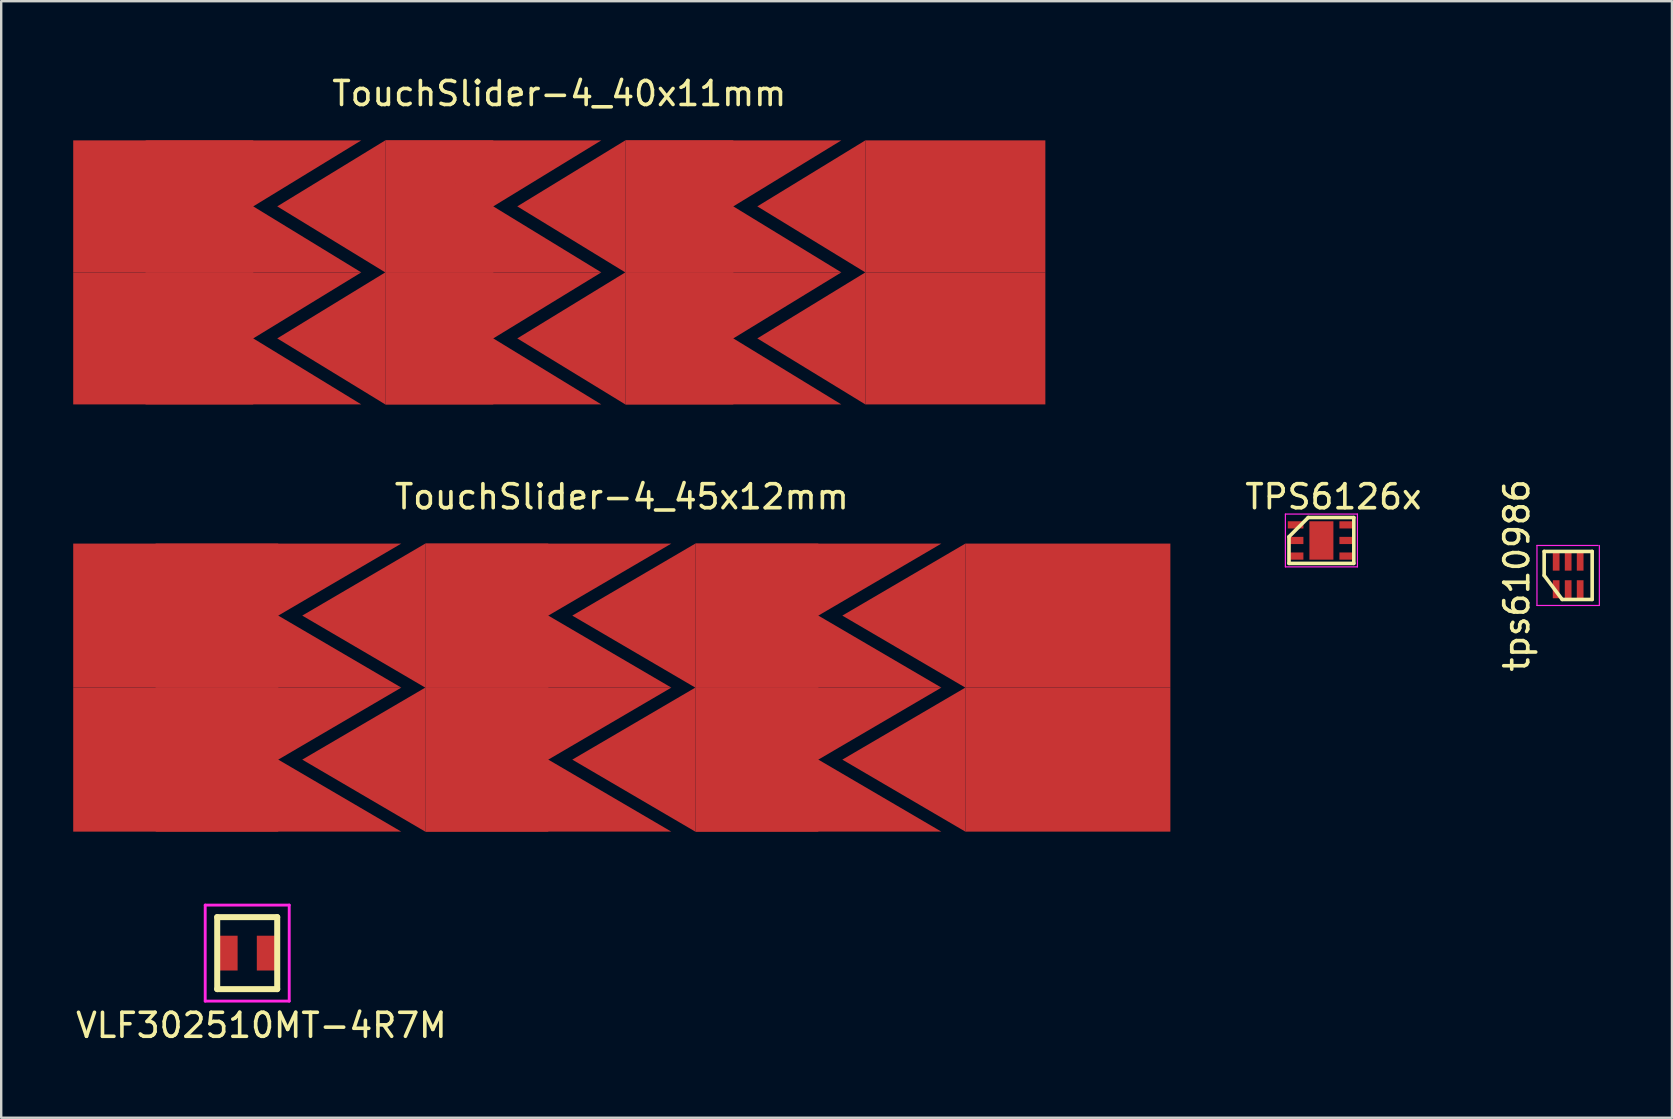
<source format=kicad_pcb>
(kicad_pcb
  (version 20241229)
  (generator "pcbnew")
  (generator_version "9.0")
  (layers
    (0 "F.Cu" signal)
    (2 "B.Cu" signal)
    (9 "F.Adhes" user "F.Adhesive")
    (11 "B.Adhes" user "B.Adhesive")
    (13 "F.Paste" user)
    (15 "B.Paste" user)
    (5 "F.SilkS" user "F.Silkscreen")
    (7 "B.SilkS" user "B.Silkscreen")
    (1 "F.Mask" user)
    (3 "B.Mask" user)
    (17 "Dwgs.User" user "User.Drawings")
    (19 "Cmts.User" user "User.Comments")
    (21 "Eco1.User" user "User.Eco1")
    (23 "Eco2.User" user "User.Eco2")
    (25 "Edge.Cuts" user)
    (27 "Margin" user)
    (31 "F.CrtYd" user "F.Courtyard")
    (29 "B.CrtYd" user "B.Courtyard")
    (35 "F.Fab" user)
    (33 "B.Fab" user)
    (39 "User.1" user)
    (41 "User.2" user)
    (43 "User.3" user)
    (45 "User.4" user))
  (footprint "VLF302510MT-4R7M"
    (layer "F.Cu")
    (at 7.249 36.657)
    (property "Reference" "VLF302510MT-4R7M" (at 0.59 3.01 0) (layer "F.SilkS") (effects (font (size 1 1) (thickness 0.15))))
    (attr through_hole)
    (fp_line (start -1.25 -1.5) (end -1.25 1.5) (stroke (width 0.25) (type solid)) (layer "F.SilkS"))
    (fp_line (start -1.25 -1.5) (end 1.25 -1.5) (stroke (width 0.25) (type solid)) (layer "F.SilkS"))
    (fp_line (start -1.25 1.5) (end 1.25 1.5) (stroke (width 0.25) (type solid)) (layer "F.SilkS"))
    (fp_line (start 1.25 -1.5) (end 1.25 1.5) (stroke (width 0.25) (type solid)) (layer "F.SilkS"))
    (fp_line (start -1.75 -2) (end 1.75 -2) (stroke (width 0.12) (type solid)) (layer "F.CrtYd"))
    (fp_line (start -1.75 2) (end -1.75 -2) (stroke (width 0.12) (type solid)) (layer "F.CrtYd"))
    (fp_line (start 1.75 -2) (end 1.75 2) (stroke (width 0.12) (type solid)) (layer "F.CrtYd"))
    (fp_line (start 1.75 2) (end -1.75 2) (stroke (width 0.12) (type solid)) (layer "F.CrtYd"))
    (pad "1" smd rect (at -0.85 0) (size 0.9 1.45) (layers "F.Cu" "F.Mask" "F.Paste"))
    (pad "2" smd rect (at 0.85 0) (size 0.9 1.45) (layers "F.Cu" "F.Mask" "F.Paste")))
  (footprint "TPS6126x"
    (layer "F.Cu")
    (at 51.965 19.466)
    (property "Reference" "TPS6126x" (at 0.535 -1.82 0) (layer "F.SilkS") (effects (font (size 1 1) (thickness 0.15))))
    (attr smd)
    (fp_line (start -1.315 -0.155) (end -0.515 -0.955) (stroke (width 0.15) (type solid)) (layer "F.SilkS"))
    (fp_line (start -1.315 0.955) (end -1.315 -0.155) (stroke (width 0.15) (type solid)) (layer "F.SilkS"))
    (fp_line (start -0.515 -0.955) (end 1.385 -0.955) (stroke (width 0.15) (type solid)) (layer "F.SilkS"))
    (fp_line (start 1.385 -0.955) (end 1.385 0.955) (stroke (width 0.15) (type solid)) (layer "F.SilkS"))
    (fp_line (start 1.385 0.955) (end -1.315 0.955) (stroke (width 0.15) (type solid)) (layer "F.SilkS"))
    (fp_line (start -1.465 -1.1) (end 1.535 -1.1) (stroke (width 0.05) (type solid)) (layer "F.CrtYd"))
    (fp_line (start -1.465 1.1) (end -1.465 -1.1) (stroke (width 0.05) (type solid)) (layer "F.CrtYd"))
    (fp_line (start 1.535 -1.1) (end 1.535 1.1) (stroke (width 0.05) (type solid)) (layer "F.CrtYd"))
    (fp_line (start 1.535 1.1) (end -1.465 1.1) (stroke (width 0.05) (type solid)) (layer "F.CrtYd"))
    (pad "0" smd rect (at 0.035 0) (size 1 1.6) (layers "F.Cu" "F.Mask" "F.Paste"))
    (pad "1" smd rect (at -1.04 -0.65 270) (size 0.3 0.65) (layers "F.Cu" "F.Mask" "F.Paste"))
    (pad "2" smd rect (at -1.04 0 270) (size 0.3 0.65) (layers "F.Cu" "F.Mask" "F.Paste"))
    (pad "3" smd rect (at -1.04 0.65 270) (size 0.3 0.65) (layers "F.Cu" "F.Mask" "F.Paste"))
    (pad "4" smd rect (at 1.11 0.65 270) (size 0.3 0.65) (layers "F.Cu" "F.Mask" "F.Paste"))
    (pad "5" smd rect (at 1.11 0 270) (size 0.3 0.65) (layers "F.Cu" "F.Mask" "F.Paste"))
    (pad "6" smd rect (at 1.11 -0.65 270) (size 0.3 0.65) (layers "F.Cu" "F.Mask" "F.Paste")))
  (footprint "TouchSlider-4_40x11mm"
    (layer "F.Cu")
    (at 20.25 8.298)
    (property "Reference" "TouchSlider-4_40x11mm" (at 0 -7.45 0) (layer "F.SilkS") (effects (font (size 1 1) (thickness 0.15))))
    (attr smd)
    (pad "1" smd rect (at -16.5 -2.75) (size 7.5 5.5) (layers "F.Cu" "F.Mask"))
    (pad "1" smd rect (at -16.5 2.75) (size 7.5 5.5) (layers "F.Cu" "F.Mask"))
    (pad "1" smd trapezoid (at -12.75 -4.125) (size 4.5 2.75) (rect_delta 0 -4.5) (layers "F.Cu" "F.Mask"))
    (pad "1" smd trapezoid (at -12.75 -1.375) (size 4.5 2.75) (rect_delta 0 4.5) (layers "F.Cu" "F.Mask"))
    (pad "1" smd trapezoid (at -12.75 1.375) (size 4.5 2.75) (rect_delta 0 -4.5) (layers "F.Cu" "F.Mask"))
    (pad "1" smd trapezoid (at -12.75 4.125) (size 4.5 2.75) (rect_delta 0 4.5) (layers "F.Cu" "F.Mask"))
    (pad "2" smd trapezoid (at -9.5 -2.75) (size 4.5 2.75) (rect_delta -2.75 0) (layers "F.Cu" "F.Mask"))
    (pad "2" smd trapezoid (at -9.5 2.75) (size 4.5 2.75) (rect_delta -2.75 0) (layers "F.Cu" "F.Mask"))
    (pad "2" smd rect (at -5 -2.75) (size 4.5 5.5) (layers "F.Cu" "F.Mask"))
    (pad "2" smd rect (at -5 2.75) (size 4.5 5.5) (layers "F.Cu" "F.Mask"))
    (pad "2" smd trapezoid (at -2.75 -4.125) (size 4.5 2.75) (rect_delta 0 -4.5) (layers "F.Cu" "F.Mask"))
    (pad "2" smd trapezoid (at -2.75 -1.375) (size 4.5 2.75) (rect_delta 0 4.5) (layers "F.Cu" "F.Mask"))
    (pad "2" smd trapezoid (at -2.75 1.375) (size 4.5 2.75) (rect_delta 0 -4.5) (layers "F.Cu" "F.Mask"))
    (pad "2" smd trapezoid (at -2.75 4.125) (size 4.5 2.75) (rect_delta 0 4.5) (layers "F.Cu" "F.Mask"))
    (pad "3" smd trapezoid (at 0.5 -2.75) (size 4.5 2.75) (rect_delta -2.75 0) (layers "F.Cu" "F.Mask"))
    (pad "3" smd trapezoid (at 0.5 2.75) (size 4.5 2.75) (rect_delta -2.75 0) (layers "F.Cu" "F.Mask"))
    (pad "3" smd rect (at 5 -2.75) (size 4.5 5.5) (layers "F.Cu" "F.Mask"))
    (pad "3" smd rect (at 5 2.75) (size 4.5 5.5) (layers "F.Cu" "F.Mask"))
    (pad "3" smd trapezoid (at 7.25 -4.125) (size 4.5 2.75) (rect_delta 0 -4.5) (layers "F.Cu" "F.Mask"))
    (pad "3" smd trapezoid (at 7.25 -1.375) (size 4.5 2.75) (rect_delta 0 4.5) (layers "F.Cu" "F.Mask"))
    (pad "3" smd trapezoid (at 7.25 1.375) (size 4.5 2.75) (rect_delta 0 -4.5) (layers "F.Cu" "F.Mask"))
    (pad "3" smd trapezoid (at 7.25 4.125) (size 4.5 2.75) (rect_delta 0 4.5) (layers "F.Cu" "F.Mask"))
    (pad "4" smd trapezoid (at 10.5 -2.75) (size 4.5 2.75) (rect_delta -2.75 0) (layers "F.Cu" "F.Mask"))
    (pad "4" smd trapezoid (at 10.5 2.75) (size 4.5 2.75) (rect_delta -2.75 0) (layers "F.Cu" "F.Mask"))
    (pad "4" smd rect (at 16.5 -2.75) (size 7.5 5.5) (layers "F.Cu" "F.Mask"))
    (pad "4" smd rect (at 16.5 2.75) (size 7.5 5.5) (layers "F.Cu" "F.Mask")))
  (footprint "TouchSlider-4_45x12mm"
    (layer "F.Cu")
    (at 22.854 25.596)
    (property "Reference" "TouchSlider-4_45x12mm" (at 0 -7.95 0) (layer "F.SilkS") (effects (font (size 1 1) (thickness 0.15))))
    (attr smd)
    (pad "1" smd rect (at -18.583 -3) (size 8.542 6) (layers "F.Cu" "F.Mask"))
    (pad "1" smd rect (at -18.583 3) (size 8.542 6) (layers "F.Cu" "F.Mask"))
    (pad "1" smd trapezoid (at -14.312 -4.5) (size 5.125 3) (rect_delta 0 -5.125) (layers "F.Cu" "F.Mask"))
    (pad "1" smd trapezoid (at -14.312 -1.5) (size 5.125 3) (rect_delta 0 5.125) (layers "F.Cu" "F.Mask"))
    (pad "1" smd trapezoid (at -14.312 1.5) (size 5.125 3) (rect_delta 0 -5.125) (layers "F.Cu" "F.Mask"))
    (pad "1" smd trapezoid (at -14.312 4.5) (size 5.125 3) (rect_delta 0 5.125) (layers "F.Cu" "F.Mask"))
    (pad "2" smd trapezoid (at -10.75 -3) (size 5.125 3) (rect_delta -3 0) (layers "F.Cu" "F.Mask"))
    (pad "2" smd trapezoid (at -10.75 3) (size 5.125 3) (rect_delta -3 0) (layers "F.Cu" "F.Mask"))
    (pad "2" smd rect (at -5.625 -3) (size 5.125 6) (layers "F.Cu" "F.Mask"))
    (pad "2" smd rect (at -5.625 3) (size 5.125 6) (layers "F.Cu" "F.Mask"))
    (pad "2" smd trapezoid (at -3.062 -4.5) (size 5.125 3) (rect_delta 0 -5.125) (layers "F.Cu" "F.Mask"))
    (pad "2" smd trapezoid (at -3.062 -1.5) (size 5.125 3) (rect_delta 0 5.125) (layers "F.Cu" "F.Mask"))
    (pad "2" smd trapezoid (at -3.062 1.5) (size 5.125 3) (rect_delta 0 -5.125) (layers "F.Cu" "F.Mask"))
    (pad "2" smd trapezoid (at -3.062 4.5) (size 5.125 3) (rect_delta 0 5.125) (layers "F.Cu" "F.Mask"))
    (pad "3" smd trapezoid (at 0.5 -3) (size 5.125 3) (rect_delta -3 0) (layers "F.Cu" "F.Mask"))
    (pad "3" smd trapezoid (at 0.5 3) (size 5.125 3) (rect_delta -3 0) (layers "F.Cu" "F.Mask"))
    (pad "3" smd rect (at 5.625 -3) (size 5.125 6) (layers "F.Cu" "F.Mask"))
    (pad "3" smd rect (at 5.625 3) (size 5.125 6) (layers "F.Cu" "F.Mask"))
    (pad "3" smd trapezoid (at 8.188 -4.5) (size 5.125 3) (rect_delta 0 -5.125) (layers "F.Cu" "F.Mask"))
    (pad "3" smd trapezoid (at 8.188 -1.5) (size 5.125 3) (rect_delta 0 5.125) (layers "F.Cu" "F.Mask"))
    (pad "3" smd trapezoid (at 8.188 1.5) (size 5.125 3) (rect_delta 0 -5.125) (layers "F.Cu" "F.Mask"))
    (pad "3" smd trapezoid (at 8.188 4.5) (size 5.125 3) (rect_delta 0 5.125) (layers "F.Cu" "F.Mask"))
    (pad "4" smd trapezoid (at 11.75 -3) (size 5.125 3) (rect_delta -3 0) (layers "F.Cu" "F.Mask"))
    (pad "4" smd trapezoid (at 11.75 3) (size 5.125 3) (rect_delta -3 0) (layers "F.Cu" "F.Mask"))
    (pad "4" smd rect (at 18.583 -3) (size 8.542 6) (layers "F.Cu" "F.Mask"))
    (pad "4" smd rect (at 18.583 3) (size 8.542 6) (layers "F.Cu" "F.Mask")))
  (footprint "tps610986"
    (layer "F.Cu")
    (at 62.28 20.923)
    (property "Reference" "tps610986" (at -2.14 0 90) (layer "F.SilkS") (effects (font (size 1 1) (thickness 0.15))))
    (attr smd)
    (fp_line (start -1 -1) (end 1 -1) (stroke (width 0.15) (type solid)) (layer "F.SilkS"))
    (fp_line (start -1 0) (end -1 -1) (stroke (width 0.15) (type solid)) (layer "F.SilkS"))
    (fp_line (start -0.25 1) (end -1 0) (stroke (width 0.15) (type solid)) (layer "F.SilkS"))
    (fp_line (start 1 -1) (end 1 1) (stroke (width 0.15) (type solid)) (layer "F.SilkS"))
    (fp_line (start 1 1) (end -0.25 1) (stroke (width 0.15) (type solid)) (layer "F.SilkS"))
    (fp_line (start -1.3 -1.25) (end 1.25 -1.25) (stroke (width 0.05) (type solid)) (layer "F.CrtYd"))
    (fp_line (start -1.3 1.25) (end -1.3 -1.25) (stroke (width 0.05) (type solid)) (layer "F.CrtYd"))
    (fp_line (start 1.3 -1.25) (end 1.3 1.25) (stroke (width 0.05) (type solid)) (layer "F.CrtYd"))
    (fp_line (start 1.3 1.25) (end -1.3 1.25) (stroke (width 0.05) (type solid)) (layer "F.CrtYd"))
    (pad "1" smd rect (at -0.5 0.575) (size 0.28 0.75) (layers "F.Cu" "F.Mask" "F.Paste"))
    (pad "2" smd rect (at 0 0.575) (size 0.28 0.75) (layers "F.Cu" "F.Mask" "F.Paste"))
    (pad "3" smd rect (at 0.5 0.575) (size 0.28 0.75) (layers "F.Cu" "F.Mask" "F.Paste"))
    (pad "4" smd rect (at 0.5 -0.575) (size 0.28 0.75) (layers "F.Cu" "F.Mask" "F.Paste"))
    (pad "5" smd rect (at 0 -0.575) (size 0.28 0.75) (layers "F.Cu" "F.Mask" "F.Paste"))
    (pad "6" smd rect (at -0.5 -0.575) (size 0.28 0.75) (layers "F.Cu" "F.Mask" "F.Paste")))
  (gr_rect
    (start -3 -3)
    (end 66.605 43.515)
    (stroke (width 0.1) (type default))
    (fill no)
    (layer "Edge.Cuts")))
</source>
